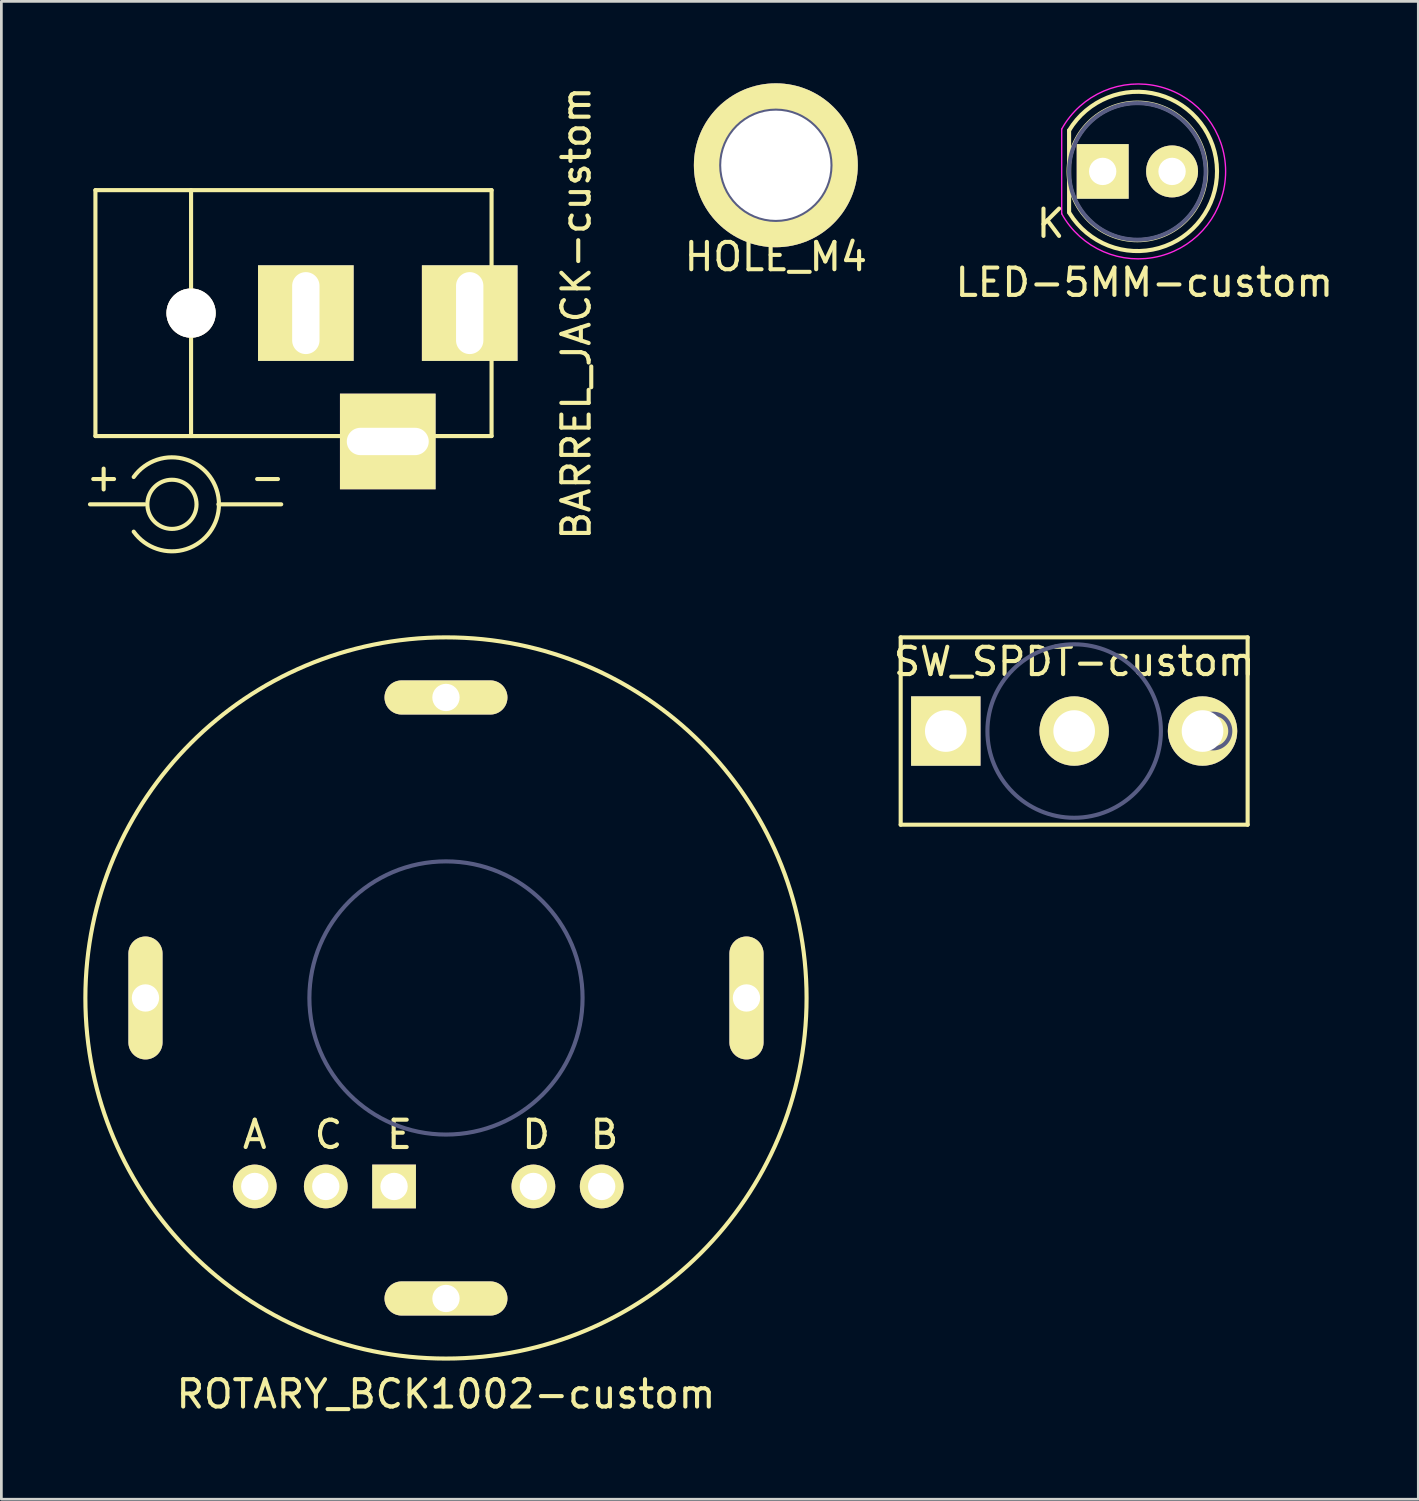
<source format=kicad_pcb>
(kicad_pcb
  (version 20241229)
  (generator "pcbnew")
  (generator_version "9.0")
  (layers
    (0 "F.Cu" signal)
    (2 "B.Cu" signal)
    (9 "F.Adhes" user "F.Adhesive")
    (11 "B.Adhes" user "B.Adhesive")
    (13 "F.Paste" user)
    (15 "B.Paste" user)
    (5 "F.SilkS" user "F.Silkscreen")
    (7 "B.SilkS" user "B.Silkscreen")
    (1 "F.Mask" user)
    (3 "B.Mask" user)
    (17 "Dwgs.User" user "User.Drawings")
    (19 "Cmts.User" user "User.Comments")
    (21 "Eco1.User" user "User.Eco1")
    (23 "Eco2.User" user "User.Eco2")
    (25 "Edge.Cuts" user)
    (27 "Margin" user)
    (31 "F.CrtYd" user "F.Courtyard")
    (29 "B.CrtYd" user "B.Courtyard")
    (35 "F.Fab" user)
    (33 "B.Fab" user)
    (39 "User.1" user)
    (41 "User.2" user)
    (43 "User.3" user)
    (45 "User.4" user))
  (footprint "LED-5MM-custom"
    (layer "F.Cu")
    (at 37.314 3.225)
    (property "Reference" "LED-5MM-custom" (at 1.524 4.064 0) (layer "F.SilkS") (effects (font (size 1 1) (thickness 0.15))))
    (attr through_hole)
    (fp_line (start -1.23 1.5) (end -1.23 -1.5) (stroke (width 0.15) (type solid)) (layer "F.SilkS"))
    (fp_arc (start -1.23 -1.5) (mid 4.18544 -0.014565) (end -1.214888 1.524904) (stroke (width 0.15) (type solid)) (layer "F.SilkS"))
    (fp_circle (center 1.27 0) (end 0.97 -2.5) (stroke (width 0.15) (type solid)) (fill no) (layer "F.SilkS"))
    (fp_line (start -1.5 -1.55) (end -1.5 1.55) (stroke (width 0.05) (type solid)) (layer "F.CrtYd"))
    (fp_arc (start -1.498248 -1.55316) (mid 4.50039 0.001807) (end -1.5 1.55) (stroke (width 0.05) (type solid)) (layer "F.CrtYd"))
    (fp_circle (center 1.27 0) (end 3.77 0) (stroke (width 0.15) (type solid)) (fill no) (layer "B.Fab"))
    (fp_text user "K" (at -1.905 1.905 0) (layer "F.SilkS") (effects (font (size 1 1) (thickness 0.15))))
    (pad "1" thru_hole rect (at 0 0 90) (size 2 1.9) (drill 1.001) (layers "*.Cu" "*.Mask" "F.SilkS"))
    (pad "2" thru_hole circle (at 2.54 0) (size 1.9 1.9) (drill 1.001) (layers "*.Cu" "*.Mask" "F.SilkS")))
  (footprint "ROTARY_BCK1002-custom"
    (layer "F.Cu")
    (at 13.275 33.481)
    (property "Reference" "ROTARY_BCK1002-custom" (at 0 14.5 0) (layer "F.SilkS") (effects (font (size 1 1) (thickness 0.15))))
    (attr through_hole)
    (fp_circle (center 0 0) (end 13.2 0) (stroke (width 0.15) (type solid)) (fill no) (layer "F.SilkS"))
    (fp_circle (center 0 0) (end 5 0) (stroke (width 0.15) (type solid)) (fill no) (layer "B.Fab"))
    (fp_text user "D" (at 3.3 5 0) (layer "F.SilkS") (effects (font (size 1 1) (thickness 0.15))))
    (fp_text user "E" (at -1.7 5 0) (layer "F.SilkS") (effects (font (size 1 1) (thickness 0.15))))
    (fp_text user "A" (at -7 5 0) (layer "F.SilkS") (effects (font (size 1 1) (thickness 0.15))))
    (fp_text user "B" (at 5.8 5 0) (layer "F.SilkS") (effects (font (size 1 1) (thickness 0.15))))
    (fp_text user "C" (at -4.3 5 0) (layer "F.SilkS") (effects (font (size 1 1) (thickness 0.15))))
    (pad "1" thru_hole oval (at -11 0 90) (size 4.5 1.25) (drill 1) (layers "*.Cu" "*.Mask" "F.SilkS"))
    (pad "1" thru_hole rect (at -1.9 6.9) (size 1.6 1.6) (drill 1) (layers "*.Cu" "*.Mask" "F.SilkS"))
    (pad "1" thru_hole oval (at 0 -11) (size 4.5 1.25) (drill 1) (layers "*.Cu" "*.Mask" "F.SilkS"))
    (pad "1" thru_hole oval (at 0 11) (size 4.5 1.25) (drill oval 1) (layers "*.Cu" "*.Mask" "F.SilkS"))
    (pad "1" thru_hole oval (at 11 0 90) (size 4.5 1.25) (drill 1) (layers "*.Cu" "*.Mask" "F.SilkS"))
    (pad "2" thru_hole circle (at -7 6.9) (size 1.6 1.6) (drill 1) (layers "*.Cu" "*.Mask" "F.SilkS"))
    (pad "3" thru_hole circle (at 5.7 6.9) (size 1.6 1.6) (drill 1) (layers "*.Cu" "*.Mask" "F.SilkS"))
    (pad "4" thru_hole circle (at -4.4 6.9) (size 1.6 1.6) (drill 1) (layers "*.Cu" "*.Mask" "F.SilkS"))
    (pad "5" thru_hole circle (at 3.2 6.9) (size 1.6 1.6) (drill 1) (layers "*.Cu" "*.Mask" "F.SilkS")))
  (footprint "HOLE_M4"
    (layer "F.Cu")
    (at 25.35 3)
    (property "Reference" "HOLE_M4" (at 0 3.35 0) (layer "F.SilkS") (effects (font (size 1 1) (thickness 0.15))))
    (attr through_hole)
    (fp_circle (center 0 0) (end 2 0) (stroke (width 0.15) (type solid)) (fill no) (layer "B.Fab"))
    (pad "1" thru_hole circle (at 0 0) (size 6 6) (drill 4) (layers "*.Cu" "*.Mask" "F.SilkS")))
  (footprint "SW_SPDT-custom"
    (layer "F.Cu")
    (at 36.27 23.71)
    (property "Reference" "SW_SPDT-custom" (at 0 -2.54 0) (layer "F.SilkS") (effects (font (size 1 1) (thickness 0.15))))
    (attr through_hole)
    (fp_line (start -6.35 -3.429) (end 6.35 -3.429) (stroke (width 0.15) (type solid)) (layer "F.SilkS"))
    (fp_line (start -6.35 3.429) (end -6.35 -3.429) (stroke (width 0.15) (type solid)) (layer "F.SilkS"))
    (fp_line (start 6.35 -3.429) (end 6.35 3.429) (stroke (width 0.15) (type solid)) (layer "F.SilkS"))
    (fp_line (start 6.35 3.429) (end -6.35 3.429) (stroke (width 0.15) (type solid)) (layer "F.SilkS"))
    (fp_circle (center 0 0) (end 3.175 0) (stroke (width 0.15) (type solid)) (fill no) (layer "B.Fab"))
    (fp_circle (center 5.08 0) (end 5.715 0) (stroke (width 0.15) (type solid)) (fill no) (layer "B.Fab"))
    (pad "1" thru_hole rect (at -4.699 0) (size 2.54 2.54) (drill 1.524) (layers "*.Cu" "*.Mask" "F.SilkS"))
    (pad "2" thru_hole circle (at 0 0) (size 2.54 2.54) (drill 1.524) (layers "*.Cu" "*.Mask" "F.SilkS"))
    (pad "3" thru_hole circle (at 4.699 0) (size 2.54 2.54) (drill 1.524) (layers "*.Cu" "*.Mask" "F.SilkS")))
  (footprint "BARREL_JACK-custom"
    (layer "F.Cu")
    (at 11.144 8.411)
    (property "Reference" "BARREL_JACK-custom" (at 6.899 0 90) (layer "F.SilkS") (effects (font (size 1 1) (thickness 0.15))))
    (attr through_hole)
    (fp_line (start -10.701 -4.501) (end -10.701 4.501) (stroke (width 0.15) (type solid)) (layer "F.SilkS"))
    (fp_line (start -10.701 4.501) (end 3.8 4.501) (stroke (width 0.15) (type solid)) (layer "F.SilkS"))
    (fp_line (start -8.9 7) (end -10.9 7) (stroke (width 0.15) (type solid)) (layer "F.SilkS"))
    (fp_line (start -7.2 -4.501) (end -7.2 4.501) (stroke (width 0.15) (type solid)) (layer "F.SilkS"))
    (fp_line (start -6.2 7) (end -3.9 7) (stroke (width 0.15) (type solid)) (layer "F.SilkS"))
    (fp_line (start 3.8 -4.501) (end -10.701 -4.501) (stroke (width 0.15) (type solid)) (layer "F.SilkS"))
    (fp_line (start 3.8 4.501) (end 3.8 -4.501) (stroke (width 0.15) (type solid)) (layer "F.SilkS"))
    (fp_arc (start -9.3 6) (mid -6.179535 7) (end -9.3 8) (stroke (width 0.15) (type solid)) (layer "F.SilkS"))
    (fp_circle (center -7.9 7) (end -7 7) (stroke (width 0.15) (type solid)) (fill no) (layer "F.SilkS"))
    (fp_text user "+" (at -10.4 6 0) (layer "F.SilkS") (effects (font (size 1 1) (thickness 0.15))))
    (fp_text user "-" (at -4.4 6 0) (layer "F.SilkS") (effects (font (size 1 1) (thickness 0.15))))
    (pad "1" thru_hole rect (at 3 0) (size 3.5 3.5) (drill oval 1.001 3) (layers "*.Cu" "*.Mask" "F.SilkS"))
    (pad "2" thru_hole rect (at -2.999 0) (size 3.5 3.5) (drill oval 1.001 3) (layers "*.Cu" "*.Mask" "F.SilkS"))
    (pad "3" thru_hole rect (at 0.0004 4.699) (size 3.5 3.5) (drill oval 3 1.001) (layers "*.Cu" "*.Mask" "F.SilkS"))
    (pad "4" thru_hole circle (at -7.2 0) (size 1.8 1.8) (drill 1.8) (layers "*.Cu" "*.Mask" "F.SilkS")))
  (gr_rect
    (start -3 -3)
    (end 48.868 51.829)
    (stroke (width 0.1) (type default))
    (fill no)
    (layer "Edge.Cuts")))
</source>
